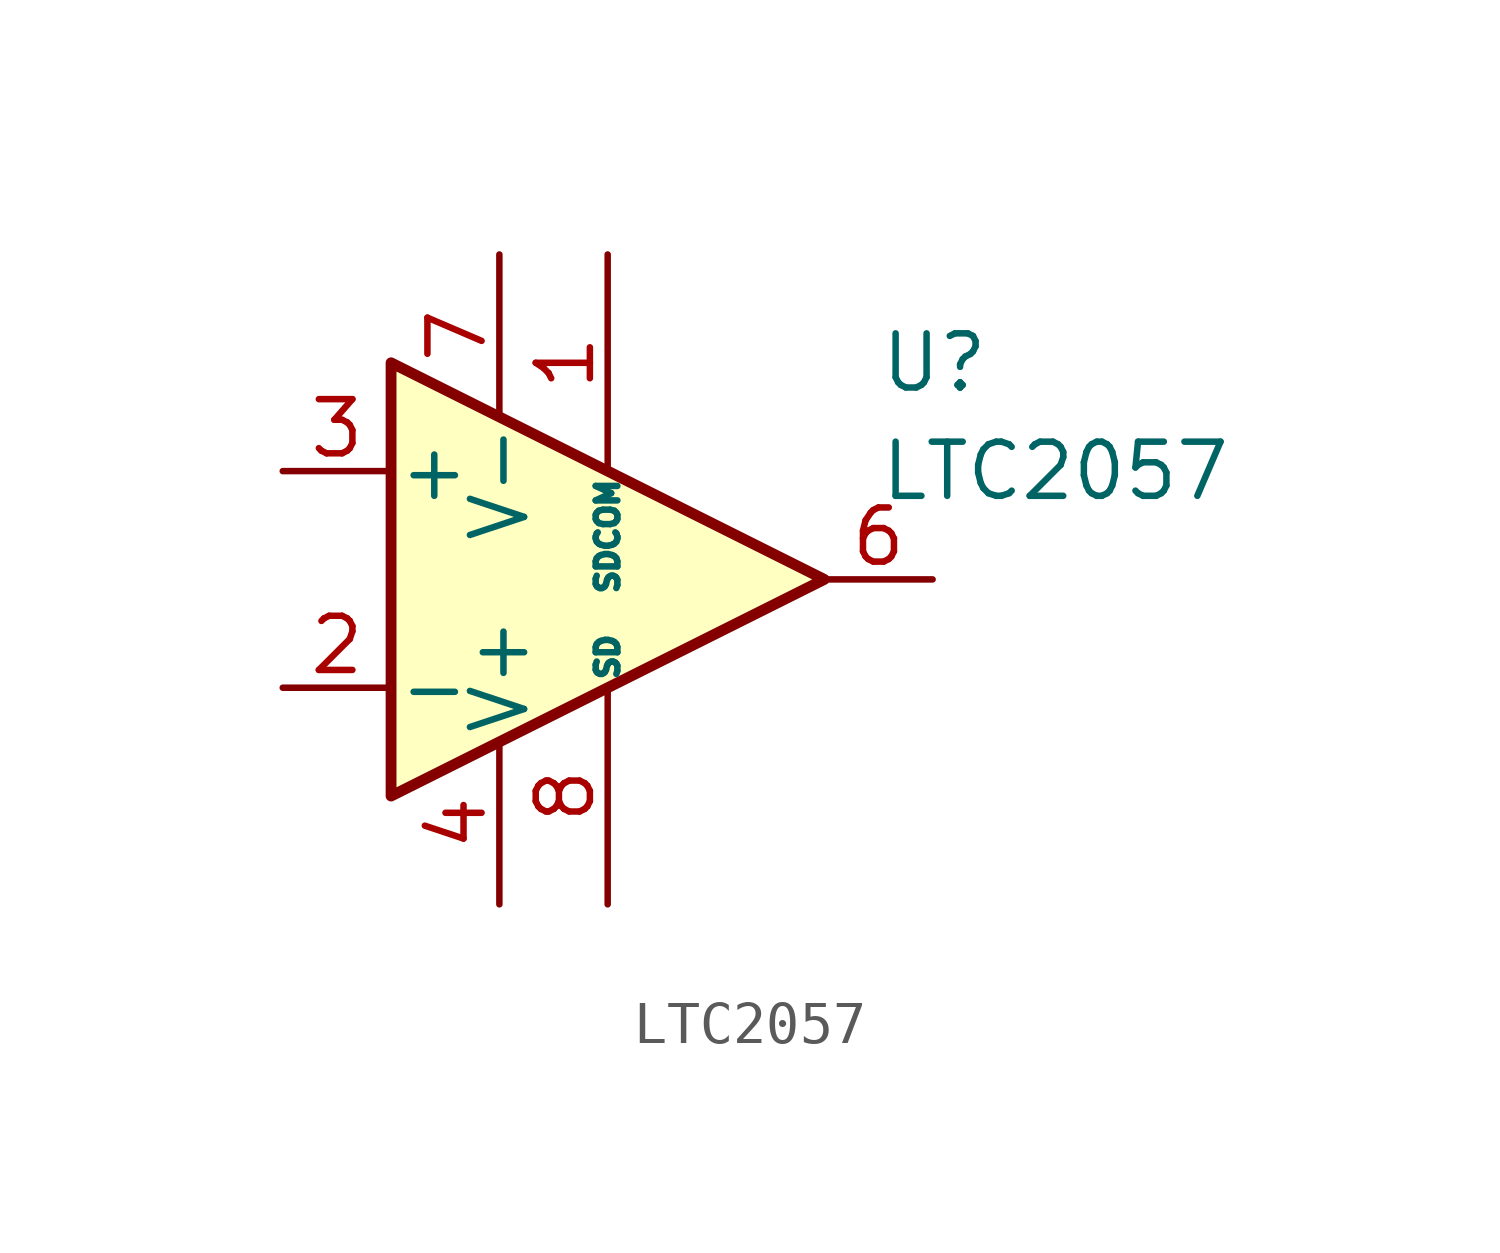
<source format=kicad_sym>
(kicad_symbol_lib
  (version 20241209)
  (generator "kicad_symbol_editor")
  (generator_version "9.0")
  (symbol "LTC2057"
    (pin_names
      (offset 0.127))
    (property "Reference" "U"
      (at 6.35 5.08 0)
      (effects (font (size 1.27 1.27)) (justify left)))
    (property "Value" "LTC2057"
      (at 6.35 2.54 0)
      (effects (font (size 1.27 1.27)) (justify left)))
    (symbol "LTC2057_0_1"
      (polyline (pts (xy -5.08 5.08) (xy 5.08 0) (xy -5.08 -5.08) (xy -5.08 5.08)) (stroke (width 0.254) (type default)) (fill (type background))))
    (symbol "LTC2057_1_1"
      (pin input line (at -7.62 2.54 0) (length 2.54) (name "+" (effects (font (size 1.27 1.27)))) (number "3" (effects (font (size 1.27 1.27)))))
      (pin input line (at -7.62 -2.54 0) (length 2.54) (name "-" (effects (font (size 1.27 1.27)))) (number "2" (effects (font (size 1.27 1.27)))))
      (pin power_in line (at -2.54 7.62 270) (length 3.81) (name "V-" (effects (font (size 1.27 1.27)))) (number "7" (effects (font (size 1.27 1.27)))))
      (pin power_in line (at -2.54 -7.62 90) (length 3.81) (name "V+" (effects (font (size 1.27 1.27)))) (number "4" (effects (font (size 1.27 1.27)))))
      (pin passive line (at 0 7.62 270) (length 5.08) (name "SDCOM" (effects (font (size 0.508 0.508)))) (number "1" (effects (font (size 1.27 1.27)))))
      (pin passive line (at 0 -7.62 90) (length 5.08) (name "SD" (effects (font (size 0.508 0.508)))) (number "8" (effects (font (size 1.27 1.27)))))
      (pin output line (at 7.62 0 180) (length 2.54) (name "~" (effects (font (size 1.27 1.27)))) (number "6" (effects (font (size 1.27 1.27))))))))
</source>
